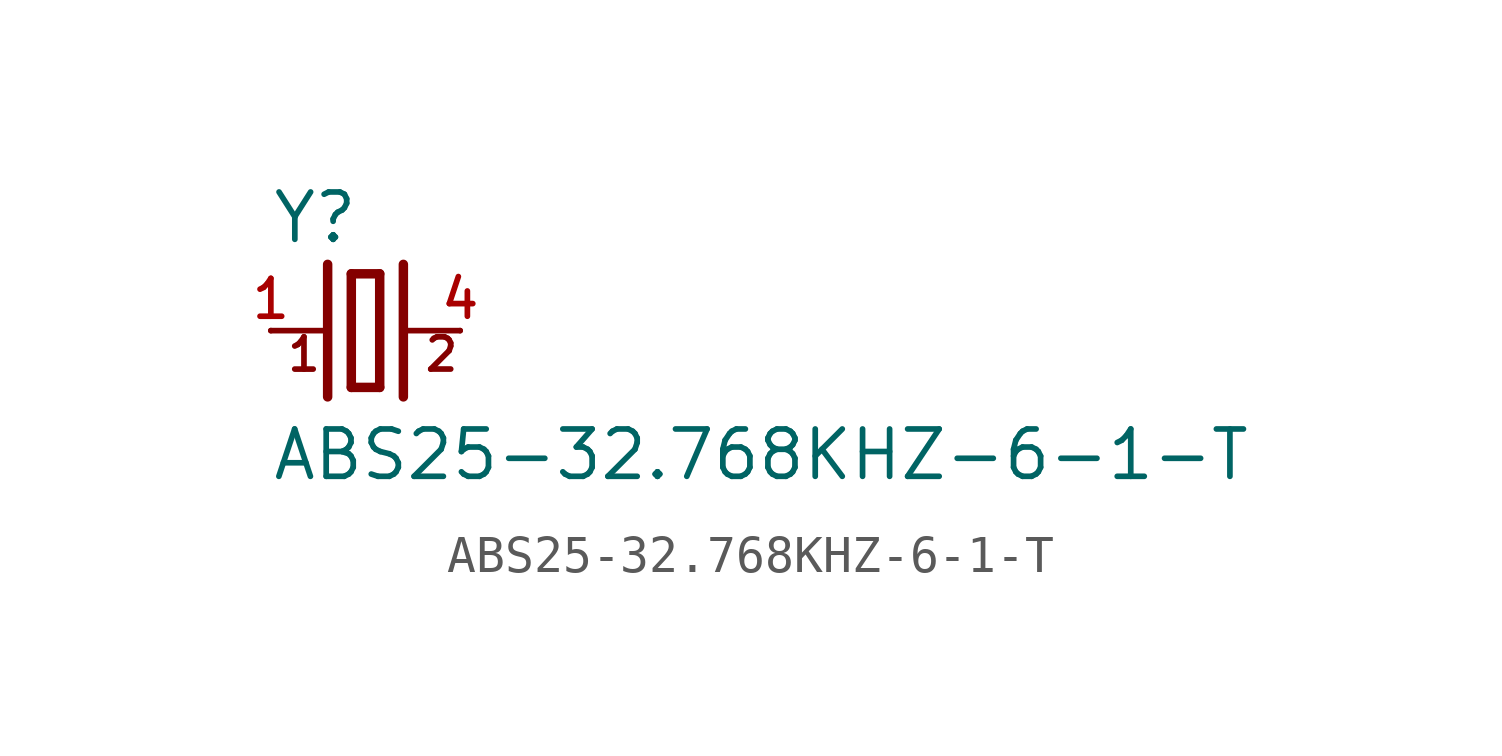
<source format=kicad_sym>
(kicad_symbol_lib
  (version 20211014)
  (generator kicad_symbol_editor)
  (symbol "ABS25-32.768KHZ-6-1-T"
    (pin_names
      (offset 1.016))
    (property "Reference" "Y"
      (at -2.541 2.287 0)
      (effects (font (size 1.27 1.27)) (justify bottom left)))
    (property "Value" "ABS25-32.768KHZ-6-1-T"
      (at -2.546 -4.073 0)
      (effects (font (size 1.27 1.27)) (justify bottom left)))
    (symbol "ABS25-32.768KHZ-6-1-T_0_0"
      (polyline (pts (xy 1.016 0.0) (xy 2.54 0.0)) (stroke (width 0.152)))
      (polyline (pts (xy -2.54 0.0) (xy -1.016 0.0)) (stroke (width 0.152)))
      (polyline (pts (xy -0.381 1.524) (xy -0.381 -1.524)) (stroke (width 0.254)))
      (polyline (pts (xy -0.381 -1.524) (xy 0.381 -1.524)) (stroke (width 0.254)))
      (polyline (pts (xy 0.381 -1.524) (xy 0.381 1.524)) (stroke (width 0.254)))
      (polyline (pts (xy 0.381 1.524) (xy -0.381 1.524)) (stroke (width 0.254)))
      (polyline (pts (xy 1.016 1.778) (xy 1.016 -1.778)) (stroke (width 0.254)))
      (polyline (pts (xy -1.016 1.778) (xy -1.016 -1.778)) (stroke (width 0.254)))
      (text "1" (at -2.164 -1.146 0) (effects (font (size 0.866 0.866)) (justify bottom left)))
      (text "2" (at 1.527 -1.145 0) (effects (font (size 0.865 0.865)) (justify bottom left)))
      (pin passive line (at 2.54 0.0 180.0) (length 0) (name "~" (effects (font (size 1.016 1.016)))) (number "4" (effects (font (size 1.016 1.016)))))
      (pin passive line (at -2.54 0.0 0) (length 0) (name "~" (effects (font (size 1.016 1.016)))) (number "1" (effects (font (size 1.016 1.016))))))))
</source>
